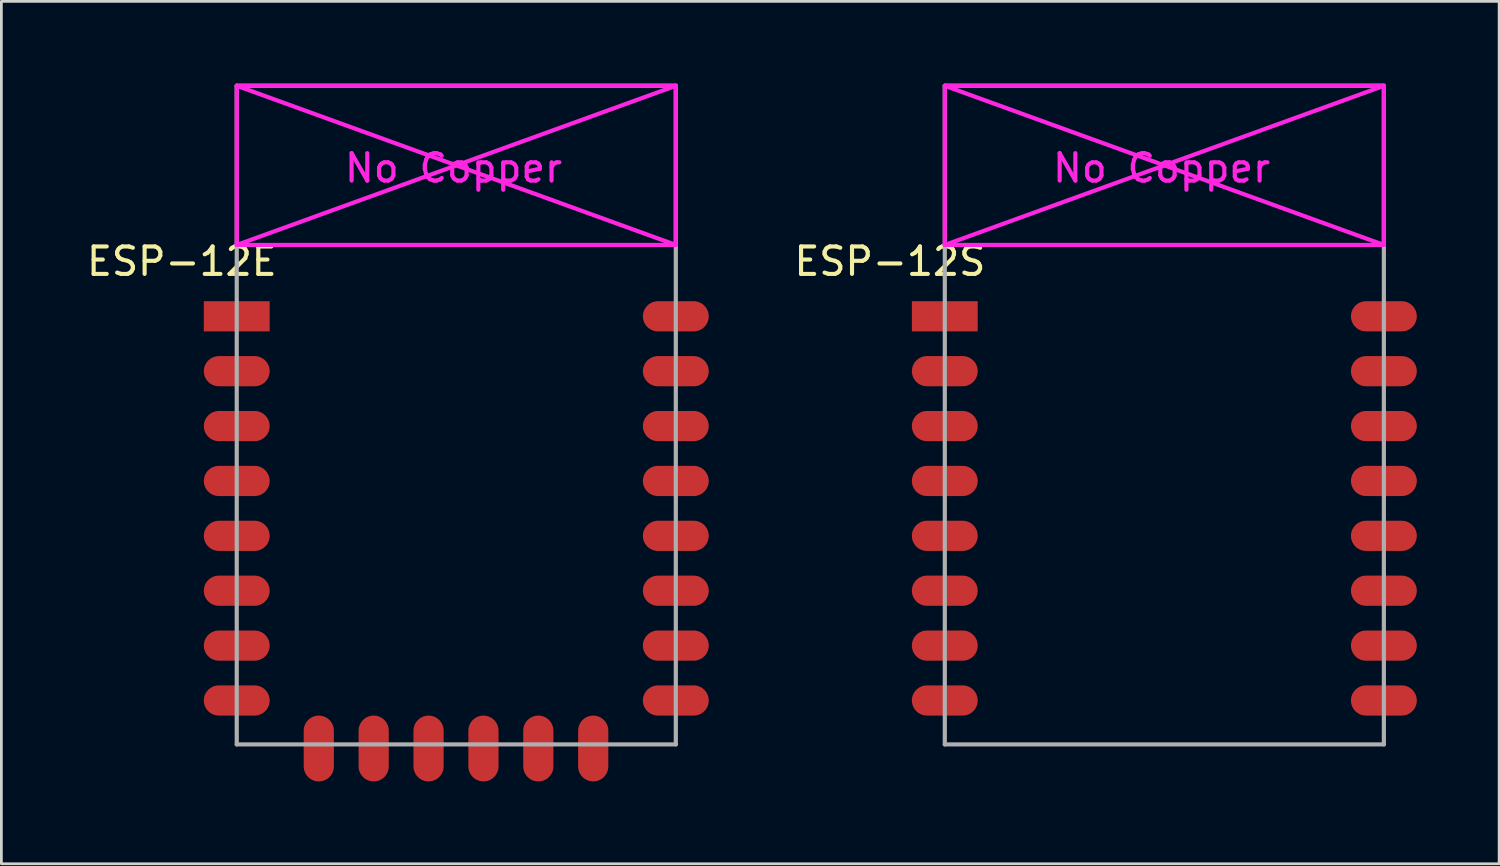
<source format=kicad_pcb>
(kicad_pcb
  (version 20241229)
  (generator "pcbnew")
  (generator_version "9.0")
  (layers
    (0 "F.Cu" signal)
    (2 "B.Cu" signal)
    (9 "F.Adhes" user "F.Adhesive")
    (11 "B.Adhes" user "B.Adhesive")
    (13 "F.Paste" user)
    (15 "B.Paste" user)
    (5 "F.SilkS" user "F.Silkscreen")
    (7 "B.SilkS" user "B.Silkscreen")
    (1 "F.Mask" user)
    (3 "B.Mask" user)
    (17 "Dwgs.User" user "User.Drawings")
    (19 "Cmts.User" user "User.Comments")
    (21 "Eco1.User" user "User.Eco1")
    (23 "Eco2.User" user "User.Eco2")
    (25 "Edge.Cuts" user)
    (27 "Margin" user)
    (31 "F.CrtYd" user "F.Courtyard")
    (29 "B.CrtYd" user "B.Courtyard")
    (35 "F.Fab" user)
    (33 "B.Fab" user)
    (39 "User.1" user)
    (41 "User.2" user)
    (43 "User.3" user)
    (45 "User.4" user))
  (footprint "ESP-12S"
    (layer "F.Cu")
    (at 31.379 8.476)
    (property "Reference" "ESP-12S" (at -2 -2 0) (layer "F.SilkS") (effects (font (size 1 1) (thickness 0.15))))
    (attr through_hole)
    (fp_line (start 0 -8.4) (end 0 -2.6) (stroke (width 0.152) (type solid)) (layer "F.CrtYd"))
    (fp_line (start 0 -8.4) (end 16 -2.6) (stroke (width 0.152) (type solid)) (layer "F.CrtYd"))
    (fp_line (start 0 -2.6) (end 16 -2.6) (stroke (width 0.152) (type solid)) (layer "F.CrtYd"))
    (fp_line (start 16 -8.4) (end 0 -8.4) (stroke (width 0.152) (type solid)) (layer "F.CrtYd"))
    (fp_line (start 16 -8.4) (end 0 -2.6) (stroke (width 0.152) (type solid)) (layer "F.CrtYd"))
    (fp_line (start 16 -2.6) (end 16 -8.4) (stroke (width 0.152) (type solid)) (layer "F.CrtYd"))
    (fp_line (start 0 -8.4) (end 16 -8.4) (stroke (width 0.152) (type solid)) (layer "F.Fab"))
    (fp_line (start 0 15.6) (end 0 -8.4) (stroke (width 0.152) (type solid)) (layer "F.Fab"))
    (fp_line (start 16 -8.4) (end 16 15.6) (stroke (width 0.152) (type solid)) (layer "F.Fab"))
    (fp_line (start 16 15.6) (end 0 15.6) (stroke (width 0.152) (type solid)) (layer "F.Fab"))
    (fp_text user "No Copper" (at 7.9 -5.4 0) (layer "F.CrtYd") (effects (font (size 1 1) (thickness 0.15))))
    (pad "1" smd rect (at 0 0) (size 2.4 1.1) (layers "F.Cu" "F.Mask" "F.Paste"))
    (pad "2" smd oval (at 0 2) (size 2.4 1.1) (layers "F.Cu" "F.Mask" "F.Paste"))
    (pad "3" smd oval (at 0 4) (size 2.4 1.1) (layers "F.Cu" "F.Mask" "F.Paste"))
    (pad "4" smd oval (at 0 6) (size 2.4 1.1) (layers "F.Cu" "F.Mask" "F.Paste"))
    (pad "5" smd oval (at 0 8) (size 2.4 1.1) (layers "F.Cu" "F.Mask" "F.Paste"))
    (pad "6" smd oval (at 0 10) (size 2.4 1.1) (layers "F.Cu" "F.Mask" "F.Paste"))
    (pad "7" smd oval (at 0 12) (size 2.4 1.1) (layers "F.Cu" "F.Mask" "F.Paste"))
    (pad "8" smd oval (at 0 14) (size 2.4 1.1) (layers "F.Cu" "F.Mask" "F.Paste"))
    (pad "15" smd oval (at 16 14) (size 2.4 1.1) (layers "F.Cu" "F.Mask" "F.Paste"))
    (pad "16" smd oval (at 16 12) (size 2.4 1.1) (layers "F.Cu" "F.Mask" "F.Paste"))
    (pad "17" smd oval (at 16 10) (size 2.4 1.1) (layers "F.Cu" "F.Mask" "F.Paste"))
    (pad "18" smd oval (at 16 8) (size 2.4 1.1) (layers "F.Cu" "F.Mask" "F.Paste"))
    (pad "19" smd oval (at 16 6) (size 2.4 1.1) (layers "F.Cu" "F.Mask" "F.Paste"))
    (pad "20" smd oval (at 16 4) (size 2.4 1.1) (layers "F.Cu" "F.Mask" "F.Paste"))
    (pad "21" smd oval (at 16 2) (size 2.4 1.1) (layers "F.Cu" "F.Mask" "F.Paste"))
    (pad "22" smd oval (at 16 0) (size 2.4 1.1) (layers "F.Cu" "F.Mask" "F.Paste")))
  (footprint "ESP-12E"
    (layer "F.Cu")
    (at 5.577 8.476)
    (property "Reference" "ESP-12E" (at -2 -2 0) (layer "F.SilkS") (effects (font (size 1 1) (thickness 0.15))))
    (attr through_hole)
    (fp_line (start 0 -8.4) (end 0 -2.6) (stroke (width 0.152) (type solid)) (layer "F.CrtYd"))
    (fp_line (start 0 -8.4) (end 16 -2.6) (stroke (width 0.152) (type solid)) (layer "F.CrtYd"))
    (fp_line (start 0 -2.6) (end 16 -2.6) (stroke (width 0.152) (type solid)) (layer "F.CrtYd"))
    (fp_line (start 16 -8.4) (end 0 -8.4) (stroke (width 0.152) (type solid)) (layer "F.CrtYd"))
    (fp_line (start 16 -8.4) (end 0 -2.6) (stroke (width 0.152) (type solid)) (layer "F.CrtYd"))
    (fp_line (start 16 -2.6) (end 16 -8.4) (stroke (width 0.152) (type solid)) (layer "F.CrtYd"))
    (fp_line (start 0 -8.4) (end 16 -8.4) (stroke (width 0.152) (type solid)) (layer "F.Fab"))
    (fp_line (start 0 15.6) (end 0 -8.4) (stroke (width 0.152) (type solid)) (layer "F.Fab"))
    (fp_line (start 16 -8.4) (end 16 15.6) (stroke (width 0.152) (type solid)) (layer "F.Fab"))
    (fp_line (start 16 15.6) (end 0 15.6) (stroke (width 0.152) (type solid)) (layer "F.Fab"))
    (fp_text user "No Copper" (at 7.9 -5.4 0) (layer "F.CrtYd") (effects (font (size 1 1) (thickness 0.15))))
    (pad "1" smd rect (at 0 0) (size 2.4 1.1) (layers "F.Cu" "F.Mask" "F.Paste"))
    (pad "2" smd oval (at 0 2) (size 2.4 1.1) (layers "F.Cu" "F.Mask" "F.Paste"))
    (pad "3" smd oval (at 0 4) (size 2.4 1.1) (layers "F.Cu" "F.Mask" "F.Paste"))
    (pad "4" smd oval (at 0 6) (size 2.4 1.1) (layers "F.Cu" "F.Mask" "F.Paste"))
    (pad "5" smd oval (at 0 8) (size 2.4 1.1) (layers "F.Cu" "F.Mask" "F.Paste"))
    (pad "6" smd oval (at 0 10) (size 2.4 1.1) (layers "F.Cu" "F.Mask" "F.Paste"))
    (pad "7" smd oval (at 0 12) (size 2.4 1.1) (layers "F.Cu" "F.Mask" "F.Paste"))
    (pad "8" smd oval (at 0 14) (size 2.4 1.1) (layers "F.Cu" "F.Mask" "F.Paste"))
    (pad "9" smd oval (at 2.99 15.75 90) (size 2.4 1.1) (layers "F.Cu" "F.Mask" "F.Paste"))
    (pad "10" smd oval (at 4.99 15.75 90) (size 2.4 1.1) (layers "F.Cu" "F.Mask" "F.Paste"))
    (pad "11" smd oval (at 6.99 15.75 90) (size 2.4 1.1) (layers "F.Cu" "F.Mask" "F.Paste"))
    (pad "12" smd oval (at 8.99 15.75 90) (size 2.4 1.1) (layers "F.Cu" "F.Mask" "F.Paste"))
    (pad "13" smd oval (at 10.99 15.75 90) (size 2.4 1.1) (layers "F.Cu" "F.Mask" "F.Paste"))
    (pad "14" smd oval (at 12.99 15.75 90) (size 2.4 1.1) (layers "F.Cu" "F.Mask" "F.Paste"))
    (pad "15" smd oval (at 16 14) (size 2.4 1.1) (layers "F.Cu" "F.Mask" "F.Paste"))
    (pad "16" smd oval (at 16 12) (size 2.4 1.1) (layers "F.Cu" "F.Mask" "F.Paste"))
    (pad "17" smd oval (at 16 10) (size 2.4 1.1) (layers "F.Cu" "F.Mask" "F.Paste"))
    (pad "18" smd oval (at 16 8) (size 2.4 1.1) (layers "F.Cu" "F.Mask" "F.Paste"))
    (pad "19" smd oval (at 16 6) (size 2.4 1.1) (layers "F.Cu" "F.Mask" "F.Paste"))
    (pad "20" smd oval (at 16 4) (size 2.4 1.1) (layers "F.Cu" "F.Mask" "F.Paste"))
    (pad "21" smd oval (at 16 2) (size 2.4 1.1) (layers "F.Cu" "F.Mask" "F.Paste"))
    (pad "22" smd oval (at 16 0) (size 2.4 1.1) (layers "F.Cu" "F.Mask" "F.Paste")))
  (gr_rect
    (start -3 -3)
    (end 51.579 28.426)
    (stroke (width 0.1) (type default))
    (fill no)
    (layer "Edge.Cuts")))
</source>
